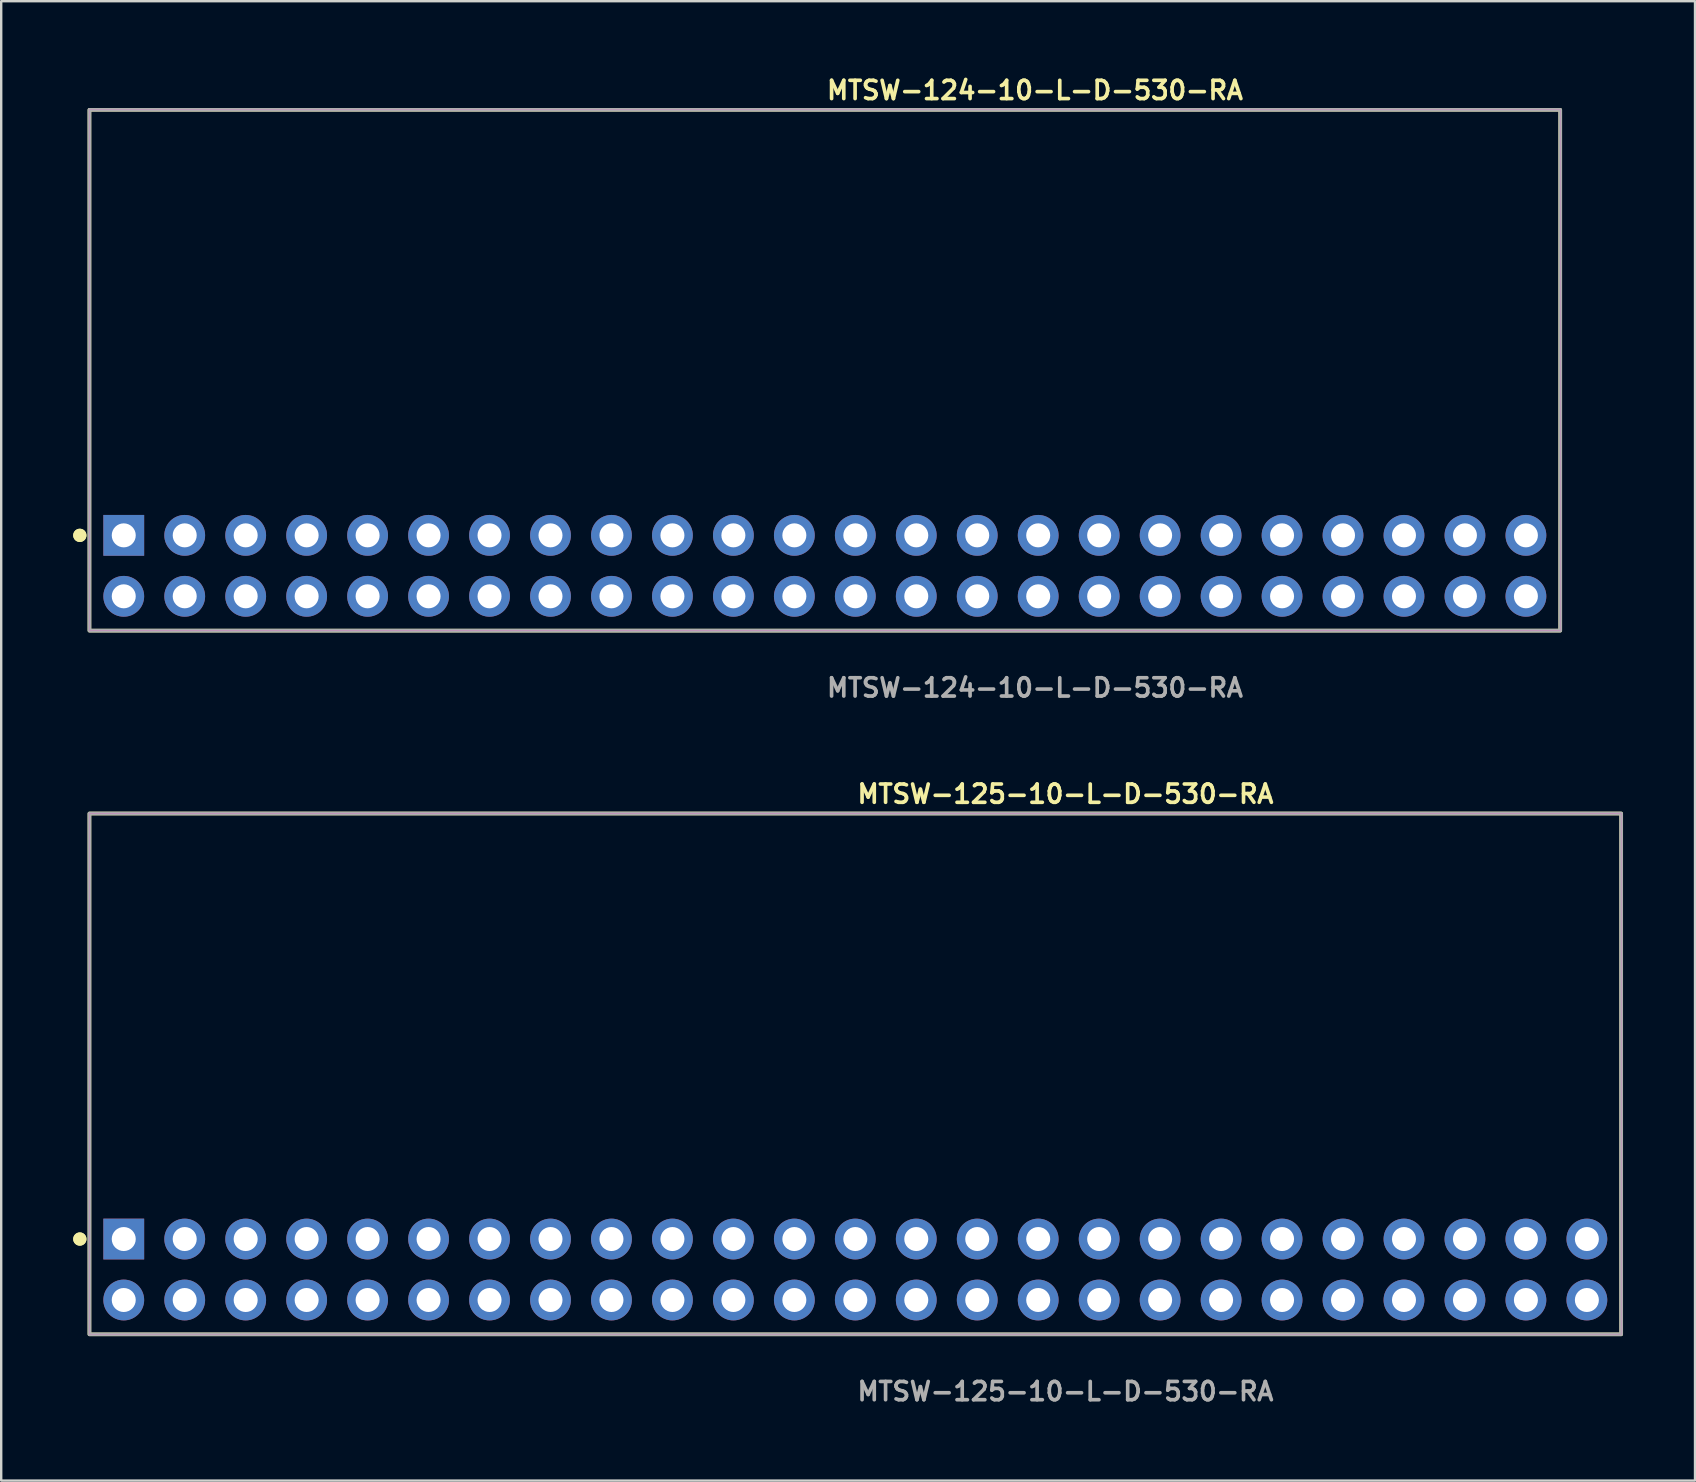
<source format=kicad_pcb>
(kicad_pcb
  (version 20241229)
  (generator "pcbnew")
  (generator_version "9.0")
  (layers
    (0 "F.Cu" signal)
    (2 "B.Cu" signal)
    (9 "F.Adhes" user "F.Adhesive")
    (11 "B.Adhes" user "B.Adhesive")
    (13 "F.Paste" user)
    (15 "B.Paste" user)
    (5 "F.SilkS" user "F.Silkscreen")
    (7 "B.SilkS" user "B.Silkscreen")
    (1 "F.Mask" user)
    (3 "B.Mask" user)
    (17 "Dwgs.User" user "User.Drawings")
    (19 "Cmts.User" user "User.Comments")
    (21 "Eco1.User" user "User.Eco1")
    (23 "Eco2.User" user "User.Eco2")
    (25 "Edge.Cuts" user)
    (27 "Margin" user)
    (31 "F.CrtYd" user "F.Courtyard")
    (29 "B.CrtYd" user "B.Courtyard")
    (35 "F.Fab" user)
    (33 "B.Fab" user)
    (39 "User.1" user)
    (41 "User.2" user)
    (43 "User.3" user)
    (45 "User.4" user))
  (footprint "MTSW-125-10-L-D-530-RA"
    (layer "F.Cu")
    (at 32.586 49.844)
    (property "Reference" "MTSW-125-10-L-D-530-RA" (at 0 -19.812 0) (unlocked yes) (layer "F.SilkS") (effects (font (size 0.762 0.762) (thickness 0.152)) (justify left)))
    (fp_rect (start -31.91 2.7) (end 31.91 -19) (stroke (width 0.152) (type solid)) (fill no) (layer "F.SilkS"))
    (fp_circle (center -32.31 -1.27) (end -32.51 -1.27) (stroke (width 0.152) (type solid)) (fill yes) (layer "F.SilkS"))
    (fp_circle (center -32.31 -1.27) (end -32.51 -1.27) (stroke (width 0.152) (type solid)) (fill yes) (layer "F.SilkS"))
    (fp_rect (start -31.91 2.7) (end 31.91 -19) (stroke (width 0.006) (type solid)) (fill no) (layer "F.CrtYd"))
    (fp_rect (start -31.91 2.7) (end 31.91 -19) (stroke (width 0.152) (type solid)) (fill no) (layer "F.Fab"))
    (fp_text user "${REFERENCE}" (at 0 5.08 0) (unlocked yes) (layer "F.Fab") (effects (font (size 0.762 0.762) (thickness 0.152)) (justify left)))
    (pad "1" thru_hole rect (at -30.48 -1.27) (size 1.7 1.7) (drill 1) (layers "*.Cu" "*.Mask"))
    (pad "2" thru_hole circle (at -30.48 1.27) (size 1.7 1.7) (drill 1) (layers "*.Cu" "*.Mask"))
    (pad "3" thru_hole circle (at -27.94 -1.27) (size 1.7 1.7) (drill 1) (layers "*.Cu" "*.Mask"))
    (pad "4" thru_hole circle (at -27.94 1.27) (size 1.7 1.7) (drill 1) (layers "*.Cu" "*.Mask"))
    (pad "5" thru_hole circle (at -25.4 -1.27) (size 1.7 1.7) (drill 1) (layers "*.Cu" "*.Mask"))
    (pad "6" thru_hole circle (at -25.4 1.27) (size 1.7 1.7) (drill 1) (layers "*.Cu" "*.Mask"))
    (pad "7" thru_hole circle (at -22.86 -1.27) (size 1.7 1.7) (drill 1) (layers "*.Cu" "*.Mask"))
    (pad "8" thru_hole circle (at -22.86 1.27) (size 1.7 1.7) (drill 1) (layers "*.Cu" "*.Mask"))
    (pad "9" thru_hole circle (at -20.32 -1.27) (size 1.7 1.7) (drill 1) (layers "*.Cu" "*.Mask"))
    (pad "10" thru_hole circle (at -20.32 1.27) (size 1.7 1.7) (drill 1) (layers "*.Cu" "*.Mask"))
    (pad "11" thru_hole circle (at -17.78 -1.27) (size 1.7 1.7) (drill 1) (layers "*.Cu" "*.Mask"))
    (pad "12" thru_hole circle (at -17.78 1.27) (size 1.7 1.7) (drill 1) (layers "*.Cu" "*.Mask"))
    (pad "13" thru_hole circle (at -15.24 -1.27) (size 1.7 1.7) (drill 1) (layers "*.Cu" "*.Mask"))
    (pad "14" thru_hole circle (at -15.24 1.27) (size 1.7 1.7) (drill 1) (layers "*.Cu" "*.Mask"))
    (pad "15" thru_hole circle (at -12.7 -1.27) (size 1.7 1.7) (drill 1) (layers "*.Cu" "*.Mask"))
    (pad "16" thru_hole circle (at -12.7 1.27) (size 1.7 1.7) (drill 1) (layers "*.Cu" "*.Mask"))
    (pad "17" thru_hole circle (at -10.16 -1.27) (size 1.7 1.7) (drill 1) (layers "*.Cu" "*.Mask"))
    (pad "18" thru_hole circle (at -10.16 1.27) (size 1.7 1.7) (drill 1) (layers "*.Cu" "*.Mask"))
    (pad "19" thru_hole circle (at -7.62 -1.27) (size 1.7 1.7) (drill 1) (layers "*.Cu" "*.Mask"))
    (pad "20" thru_hole circle (at -7.62 1.27) (size 1.7 1.7) (drill 1) (layers "*.Cu" "*.Mask"))
    (pad "21" thru_hole circle (at -5.08 -1.27) (size 1.7 1.7) (drill 1) (layers "*.Cu" "*.Mask"))
    (pad "22" thru_hole circle (at -5.08 1.27) (size 1.7 1.7) (drill 1) (layers "*.Cu" "*.Mask"))
    (pad "23" thru_hole circle (at -2.54 -1.27) (size 1.7 1.7) (drill 1) (layers "*.Cu" "*.Mask"))
    (pad "24" thru_hole circle (at -2.54 1.27) (size 1.7 1.7) (drill 1) (layers "*.Cu" "*.Mask"))
    (pad "25" thru_hole circle (at 0 -1.27) (size 1.7 1.7) (drill 1) (layers "*.Cu" "*.Mask"))
    (pad "26" thru_hole circle (at 0 1.27) (size 1.7 1.7) (drill 1) (layers "*.Cu" "*.Mask"))
    (pad "27" thru_hole circle (at 2.54 -1.27) (size 1.7 1.7) (drill 1) (layers "*.Cu" "*.Mask"))
    (pad "28" thru_hole circle (at 2.54 1.27) (size 1.7 1.7) (drill 1) (layers "*.Cu" "*.Mask"))
    (pad "29" thru_hole circle (at 5.08 -1.27) (size 1.7 1.7) (drill 1) (layers "*.Cu" "*.Mask"))
    (pad "30" thru_hole circle (at 5.08 1.27) (size 1.7 1.7) (drill 1) (layers "*.Cu" "*.Mask"))
    (pad "31" thru_hole circle (at 7.62 -1.27) (size 1.7 1.7) (drill 1) (layers "*.Cu" "*.Mask"))
    (pad "32" thru_hole circle (at 7.62 1.27) (size 1.7 1.7) (drill 1) (layers "*.Cu" "*.Mask"))
    (pad "33" thru_hole circle (at 10.16 -1.27) (size 1.7 1.7) (drill 1) (layers "*.Cu" "*.Mask"))
    (pad "34" thru_hole circle (at 10.16 1.27) (size 1.7 1.7) (drill 1) (layers "*.Cu" "*.Mask"))
    (pad "35" thru_hole circle (at 12.7 -1.27) (size 1.7 1.7) (drill 1) (layers "*.Cu" "*.Mask"))
    (pad "36" thru_hole circle (at 12.7 1.27) (size 1.7 1.7) (drill 1) (layers "*.Cu" "*.Mask"))
    (pad "37" thru_hole circle (at 15.24 -1.27) (size 1.7 1.7) (drill 1) (layers "*.Cu" "*.Mask"))
    (pad "38" thru_hole circle (at 15.24 1.27) (size 1.7 1.7) (drill 1) (layers "*.Cu" "*.Mask"))
    (pad "39" thru_hole circle (at 17.78 -1.27) (size 1.7 1.7) (drill 1) (layers "*.Cu" "*.Mask"))
    (pad "40" thru_hole circle (at 17.78 1.27) (size 1.7 1.7) (drill 1) (layers "*.Cu" "*.Mask"))
    (pad "41" thru_hole circle (at 20.32 -1.27) (size 1.7 1.7) (drill 1) (layers "*.Cu" "*.Mask"))
    (pad "42" thru_hole circle (at 20.32 1.27) (size 1.7 1.7) (drill 1) (layers "*.Cu" "*.Mask"))
    (pad "43" thru_hole circle (at 22.86 -1.27) (size 1.7 1.7) (drill 1) (layers "*.Cu" "*.Mask"))
    (pad "44" thru_hole circle (at 22.86 1.27) (size 1.7 1.7) (drill 1) (layers "*.Cu" "*.Mask"))
    (pad "45" thru_hole circle (at 25.4 -1.27) (size 1.7 1.7) (drill 1) (layers "*.Cu" "*.Mask"))
    (pad "46" thru_hole circle (at 25.4 1.27) (size 1.7 1.7) (drill 1) (layers "*.Cu" "*.Mask"))
    (pad "47" thru_hole circle (at 27.94 -1.27) (size 1.7 1.7) (drill 1) (layers "*.Cu" "*.Mask"))
    (pad "48" thru_hole circle (at 27.94 1.27) (size 1.7 1.7) (drill 1) (layers "*.Cu" "*.Mask"))
    (pad "49" thru_hole circle (at 30.48 -1.27) (size 1.7 1.7) (drill 1) (layers "*.Cu" "*.Mask"))
    (pad "50" thru_hole circle (at 30.48 1.27) (size 1.7 1.7) (drill 1) (layers "*.Cu" "*.Mask")))
  (footprint "MTSW-124-10-L-D-530-RA"
    (layer "F.Cu")
    (at 31.316 20.525)
    (property "Reference" "MTSW-124-10-L-D-530-RA" (at 0 -19.812 0) (unlocked yes) (layer "F.SilkS") (effects (font (size 0.762 0.762) (thickness 0.152)) (justify left)))
    (fp_rect (start -30.64 2.7) (end 30.64 -19) (stroke (width 0.152) (type solid)) (fill no) (layer "F.SilkS"))
    (fp_circle (center -31.04 -1.27) (end -31.24 -1.27) (stroke (width 0.152) (type solid)) (fill yes) (layer "F.SilkS"))
    (fp_circle (center -31.04 -1.27) (end -31.24 -1.27) (stroke (width 0.152) (type solid)) (fill yes) (layer "F.SilkS"))
    (fp_rect (start -30.64 2.7) (end 30.64 -19) (stroke (width 0.006) (type solid)) (fill no) (layer "F.CrtYd"))
    (fp_rect (start -30.64 2.7) (end 30.64 -19) (stroke (width 0.152) (type solid)) (fill no) (layer "F.Fab"))
    (fp_text user "${REFERENCE}" (at 0 5.08 0) (unlocked yes) (layer "F.Fab") (effects (font (size 0.762 0.762) (thickness 0.152)) (justify left)))
    (pad "1" thru_hole rect (at -29.21 -1.27) (size 1.7 1.7) (drill 1) (layers "*.Cu" "*.Mask"))
    (pad "2" thru_hole circle (at -29.21 1.27) (size 1.7 1.7) (drill 1) (layers "*.Cu" "*.Mask"))
    (pad "3" thru_hole circle (at -26.67 -1.27) (size 1.7 1.7) (drill 1) (layers "*.Cu" "*.Mask"))
    (pad "4" thru_hole circle (at -26.67 1.27) (size 1.7 1.7) (drill 1) (layers "*.Cu" "*.Mask"))
    (pad "5" thru_hole circle (at -24.13 -1.27) (size 1.7 1.7) (drill 1) (layers "*.Cu" "*.Mask"))
    (pad "6" thru_hole circle (at -24.13 1.27) (size 1.7 1.7) (drill 1) (layers "*.Cu" "*.Mask"))
    (pad "7" thru_hole circle (at -21.59 -1.27) (size 1.7 1.7) (drill 1) (layers "*.Cu" "*.Mask"))
    (pad "8" thru_hole circle (at -21.59 1.27) (size 1.7 1.7) (drill 1) (layers "*.Cu" "*.Mask"))
    (pad "9" thru_hole circle (at -19.05 -1.27) (size 1.7 1.7) (drill 1) (layers "*.Cu" "*.Mask"))
    (pad "10" thru_hole circle (at -19.05 1.27) (size 1.7 1.7) (drill 1) (layers "*.Cu" "*.Mask"))
    (pad "11" thru_hole circle (at -16.51 -1.27) (size 1.7 1.7) (drill 1) (layers "*.Cu" "*.Mask"))
    (pad "12" thru_hole circle (at -16.51 1.27) (size 1.7 1.7) (drill 1) (layers "*.Cu" "*.Mask"))
    (pad "13" thru_hole circle (at -13.97 -1.27) (size 1.7 1.7) (drill 1) (layers "*.Cu" "*.Mask"))
    (pad "14" thru_hole circle (at -13.97 1.27) (size 1.7 1.7) (drill 1) (layers "*.Cu" "*.Mask"))
    (pad "15" thru_hole circle (at -11.43 -1.27) (size 1.7 1.7) (drill 1) (layers "*.Cu" "*.Mask"))
    (pad "16" thru_hole circle (at -11.43 1.27) (size 1.7 1.7) (drill 1) (layers "*.Cu" "*.Mask"))
    (pad "17" thru_hole circle (at -8.89 -1.27) (size 1.7 1.7) (drill 1) (layers "*.Cu" "*.Mask"))
    (pad "18" thru_hole circle (at -8.89 1.27) (size 1.7 1.7) (drill 1) (layers "*.Cu" "*.Mask"))
    (pad "19" thru_hole circle (at -6.35 -1.27) (size 1.7 1.7) (drill 1) (layers "*.Cu" "*.Mask"))
    (pad "20" thru_hole circle (at -6.35 1.27) (size 1.7 1.7) (drill 1) (layers "*.Cu" "*.Mask"))
    (pad "21" thru_hole circle (at -3.81 -1.27) (size 1.7 1.7) (drill 1) (layers "*.Cu" "*.Mask"))
    (pad "22" thru_hole circle (at -3.81 1.27) (size 1.7 1.7) (drill 1) (layers "*.Cu" "*.Mask"))
    (pad "23" thru_hole circle (at -1.27 -1.27) (size 1.7 1.7) (drill 1) (layers "*.Cu" "*.Mask"))
    (pad "24" thru_hole circle (at -1.27 1.27) (size 1.7 1.7) (drill 1) (layers "*.Cu" "*.Mask"))
    (pad "25" thru_hole circle (at 1.27 -1.27) (size 1.7 1.7) (drill 1) (layers "*.Cu" "*.Mask"))
    (pad "26" thru_hole circle (at 1.27 1.27) (size 1.7 1.7) (drill 1) (layers "*.Cu" "*.Mask"))
    (pad "27" thru_hole circle (at 3.81 -1.27) (size 1.7 1.7) (drill 1) (layers "*.Cu" "*.Mask"))
    (pad "28" thru_hole circle (at 3.81 1.27) (size 1.7 1.7) (drill 1) (layers "*.Cu" "*.Mask"))
    (pad "29" thru_hole circle (at 6.35 -1.27) (size 1.7 1.7) (drill 1) (layers "*.Cu" "*.Mask"))
    (pad "30" thru_hole circle (at 6.35 1.27) (size 1.7 1.7) (drill 1) (layers "*.Cu" "*.Mask"))
    (pad "31" thru_hole circle (at 8.89 -1.27) (size 1.7 1.7) (drill 1) (layers "*.Cu" "*.Mask"))
    (pad "32" thru_hole circle (at 8.89 1.27) (size 1.7 1.7) (drill 1) (layers "*.Cu" "*.Mask"))
    (pad "33" thru_hole circle (at 11.43 -1.27) (size 1.7 1.7) (drill 1) (layers "*.Cu" "*.Mask"))
    (pad "34" thru_hole circle (at 11.43 1.27) (size 1.7 1.7) (drill 1) (layers "*.Cu" "*.Mask"))
    (pad "35" thru_hole circle (at 13.97 -1.27) (size 1.7 1.7) (drill 1) (layers "*.Cu" "*.Mask"))
    (pad "36" thru_hole circle (at 13.97 1.27) (size 1.7 1.7) (drill 1) (layers "*.Cu" "*.Mask"))
    (pad "37" thru_hole circle (at 16.51 -1.27) (size 1.7 1.7) (drill 1) (layers "*.Cu" "*.Mask"))
    (pad "38" thru_hole circle (at 16.51 1.27) (size 1.7 1.7) (drill 1) (layers "*.Cu" "*.Mask"))
    (pad "39" thru_hole circle (at 19.05 -1.27) (size 1.7 1.7) (drill 1) (layers "*.Cu" "*.Mask"))
    (pad "40" thru_hole circle (at 19.05 1.27) (size 1.7 1.7) (drill 1) (layers "*.Cu" "*.Mask"))
    (pad "41" thru_hole circle (at 21.59 -1.27) (size 1.7 1.7) (drill 1) (layers "*.Cu" "*.Mask"))
    (pad "42" thru_hole circle (at 21.59 1.27) (size 1.7 1.7) (drill 1) (layers "*.Cu" "*.Mask"))
    (pad "43" thru_hole circle (at 24.13 -1.27) (size 1.7 1.7) (drill 1) (layers "*.Cu" "*.Mask"))
    (pad "44" thru_hole circle (at 24.13 1.27) (size 1.7 1.7) (drill 1) (layers "*.Cu" "*.Mask"))
    (pad "45" thru_hole circle (at 26.67 -1.27) (size 1.7 1.7) (drill 1) (layers "*.Cu" "*.Mask"))
    (pad "46" thru_hole circle (at 26.67 1.27) (size 1.7 1.7) (drill 1) (layers "*.Cu" "*.Mask"))
    (pad "47" thru_hole circle (at 29.21 -1.27) (size 1.7 1.7) (drill 1) (layers "*.Cu" "*.Mask"))
    (pad "48" thru_hole circle (at 29.21 1.27) (size 1.7 1.7) (drill 1) (layers "*.Cu" "*.Mask")))
  (gr_rect
    (start -3 -3)
    (end 67.572 58.637)
    (stroke (width 0.1) (type default))
    (fill no)
    (layer "Edge.Cuts")))
</source>
